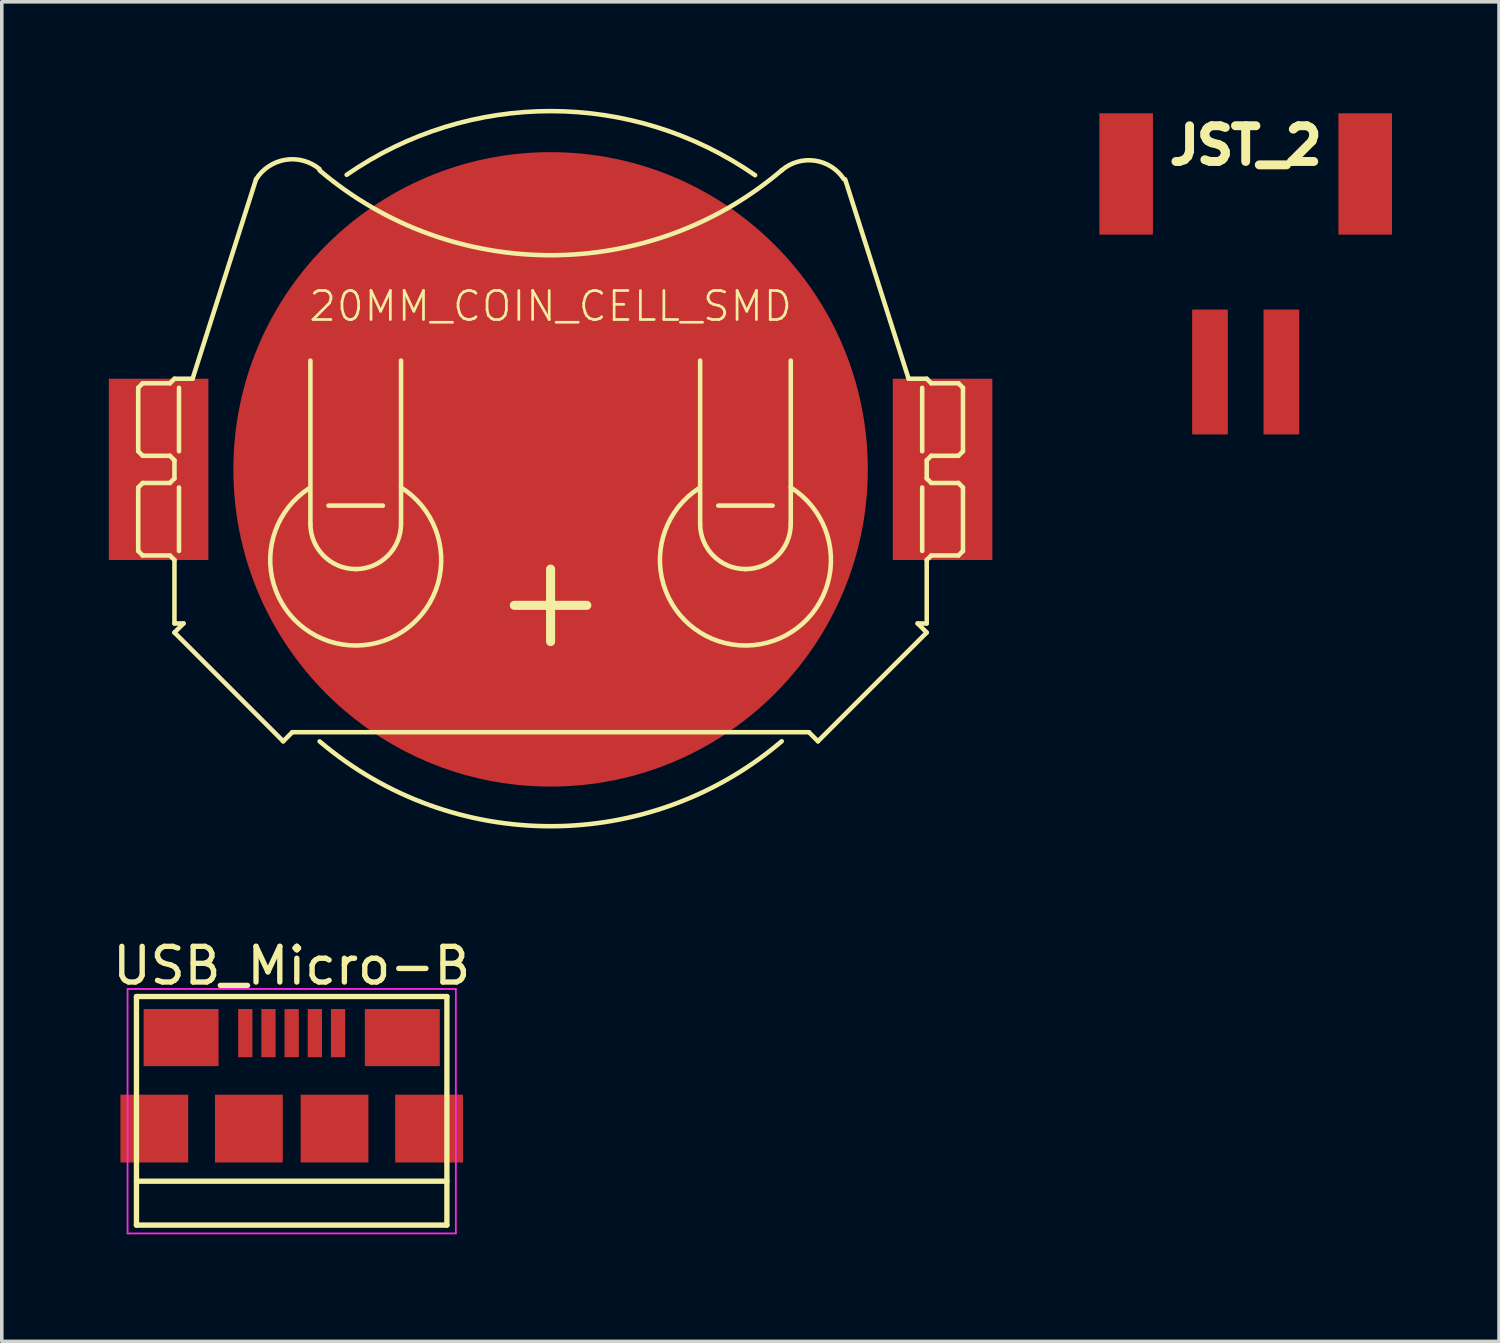
<source format=kicad_pcb>
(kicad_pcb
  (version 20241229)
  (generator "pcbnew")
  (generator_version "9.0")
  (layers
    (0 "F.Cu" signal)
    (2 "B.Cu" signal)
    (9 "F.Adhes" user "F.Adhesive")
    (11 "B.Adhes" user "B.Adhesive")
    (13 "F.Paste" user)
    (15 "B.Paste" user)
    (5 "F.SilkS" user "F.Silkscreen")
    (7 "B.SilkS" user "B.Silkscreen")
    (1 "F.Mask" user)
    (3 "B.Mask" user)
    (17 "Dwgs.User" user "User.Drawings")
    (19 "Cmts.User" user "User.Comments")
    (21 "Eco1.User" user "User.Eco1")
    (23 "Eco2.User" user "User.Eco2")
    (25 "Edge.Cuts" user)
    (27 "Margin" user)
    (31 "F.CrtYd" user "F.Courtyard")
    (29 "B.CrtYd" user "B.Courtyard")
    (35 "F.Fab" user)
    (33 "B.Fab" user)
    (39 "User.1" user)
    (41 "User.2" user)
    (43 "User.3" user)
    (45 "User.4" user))
  (footprint "JST_2"
    (layer "F.Cu")
    (at 31.86 7.375)
    (property "Reference" "JST_2" (at 0 -6.35 0) (layer "F.SilkS") (effects (font (size 1.001 1.001) (thickness 0.251))))
    (attr through_hole)
    (pad "1" smd rect (at -1 0) (size 1 3.5) (layers "F.Cu" "F.Mask" "F.Paste"))
    (pad "2" smd rect (at 1 0) (size 1 3.5) (layers "F.Cu" "F.Mask" "F.Paste"))
    (pad "M1" smd rect (at -3.35 -5.55) (size 1.5 3.4) (layers "F.Cu" "F.Mask" "F.Paste"))
    (pad "M2" smd rect (at 3.35 -5.55) (size 1.5 3.4) (layers "F.Cu" "F.Mask" "F.Paste")))
  (footprint "USB_Micro-B"
    (layer "F.Cu")
    (at 5.125 27.466)
    (property "Reference" "USB_Micro-B" (at 0 -3.45 0) (layer "F.SilkS") (effects (font (size 1 1) (thickness 0.15))))
    (attr smd)
    (fp_line (start -4.351 -2.588) (end 4.349 -2.588) (stroke (width 0.15) (type solid)) (layer "F.SilkS"))
    (fp_line (start -4.351 3.817) (end -4.351 -2.588) (stroke (width 0.15) (type solid)) (layer "F.SilkS"))
    (fp_line (start -4.351 3.817) (end 4.349 3.817) (stroke (width 0.15) (type solid)) (layer "F.SilkS"))
    (fp_line (start 4.349 -2.588) (end 4.349 3.817) (stroke (width 0.15) (type solid)) (layer "F.SilkS"))
    (fp_line (start 4.349 2.587) (end -4.351 2.587) (stroke (width 0.15) (type solid)) (layer "F.SilkS"))
    (fp_line (start -4.6 -2.8) (end 4.6 -2.8) (stroke (width 0.05) (type solid)) (layer "F.CrtYd"))
    (fp_line (start -4.6 4.05) (end -4.6 -2.8) (stroke (width 0.05) (type solid)) (layer "F.CrtYd"))
    (fp_line (start 4.6 -2.8) (end 4.6 4.05) (stroke (width 0.05) (type solid)) (layer "F.CrtYd"))
    (fp_line (start 4.6 4.05) (end -4.6 4.05) (stroke (width 0.05) (type solid)) (layer "F.CrtYd"))
    (pad "1" smd rect (at -1.301 -1.563 90) (size 1.35 0.4) (layers "F.Cu" "F.Mask" "F.Paste"))
    (pad "2" smd rect (at -0.651 -1.563 90) (size 1.35 0.4) (layers "F.Cu" "F.Mask" "F.Paste"))
    (pad "3" smd rect (at -0.001 -1.563 90) (size 1.35 0.4) (layers "F.Cu" "F.Mask" "F.Paste"))
    (pad "4" smd rect (at 0.649 -1.563 90) (size 1.35 0.4) (layers "F.Cu" "F.Mask" "F.Paste"))
    (pad "5" smd rect (at 1.299 -1.563 90) (size 1.35 0.4) (layers "F.Cu" "F.Mask" "F.Paste"))
    (pad "6" smd rect (at -3.85 1.112) (size 1.9 1.9) (layers "F.Cu" "F.Mask" "F.Paste"))
    (pad "6" smd rect (at -3.1 -1.438) (size 2.1 1.6) (layers "F.Cu" "F.Mask" "F.Paste"))
    (pad "6" smd rect (at -1.2 1.112) (size 1.9 1.9) (layers "F.Cu" "F.Mask" "F.Paste"))
    (pad "6" smd rect (at 1.2 1.112) (size 1.9 1.9) (layers "F.Cu" "F.Mask" "F.Paste"))
    (pad "6" smd rect (at 3.1 -1.438) (size 2.1 1.6) (layers "F.Cu" "F.Mask" "F.Paste"))
    (pad "6" smd rect (at 3.85 1.112) (size 1.9 1.9) (layers "F.Cu" "F.Mask" "F.Paste")))
  (footprint "20MM_COIN_CELL_SMD"
    (layer "F.Cu")
    (at 12.38 10.104)
    (property "Reference" "20MM_COIN_CELL_SMD" (at 0 -4.572 0) (layer "F.SilkS") (effects (font (size 0.813 0.813) (thickness 0.076))))
    (attr through_hole)
    (fp_line (start -11.557 -2.286) (end -11.43 -2.413) (stroke (width 0.127) (type solid)) (layer "F.SilkS"))
    (fp_line (start -11.557 -0.508) (end -11.557 -2.286) (stroke (width 0.127) (type solid)) (layer "F.SilkS"))
    (fp_line (start -11.557 0.508) (end -11.43 0.381) (stroke (width 0.127) (type solid)) (layer "F.SilkS"))
    (fp_line (start -11.557 2.286) (end -11.557 0.508) (stroke (width 0.127) (type solid)) (layer "F.SilkS"))
    (fp_line (start -11.43 -2.413) (end -10.668 -2.413) (stroke (width 0.127) (type solid)) (layer "F.SilkS"))
    (fp_line (start -11.43 -0.381) (end -11.557 -0.508) (stroke (width 0.127) (type solid)) (layer "F.SilkS"))
    (fp_line (start -11.43 0.381) (end -10.668 0.381) (stroke (width 0.127) (type solid)) (layer "F.SilkS"))
    (fp_line (start -11.43 2.413) (end -11.557 2.286) (stroke (width 0.127) (type solid)) (layer "F.SilkS"))
    (fp_line (start -10.668 -2.413) (end -10.541 -2.54) (stroke (width 0.127) (type solid)) (layer "F.SilkS"))
    (fp_line (start -10.668 -0.381) (end -11.43 -0.381) (stroke (width 0.127) (type solid)) (layer "F.SilkS"))
    (fp_line (start -10.668 0.381) (end -10.541 0.254) (stroke (width 0.127) (type solid)) (layer "F.SilkS"))
    (fp_line (start -10.668 2.413) (end -11.43 2.413) (stroke (width 0.127) (type solid)) (layer "F.SilkS"))
    (fp_line (start -10.541 -2.54) (end -10.033 -2.54) (stroke (width 0.127) (type solid)) (layer "F.SilkS"))
    (fp_line (start -10.541 -0.254) (end -10.668 -0.381) (stroke (width 0.127) (type solid)) (layer "F.SilkS"))
    (fp_line (start -10.541 -0.254) (end -10.541 0.254) (stroke (width 0.127) (type solid)) (layer "F.SilkS"))
    (fp_line (start -10.541 2.54) (end -10.668 2.413) (stroke (width 0.127) (type solid)) (layer "F.SilkS"))
    (fp_line (start -10.541 4.318) (end -10.541 2.54) (stroke (width 0.127) (type solid)) (layer "F.SilkS"))
    (fp_line (start -10.541 4.318) (end -10.287 4.318) (stroke (width 0.127) (type solid)) (layer "F.SilkS"))
    (fp_line (start -10.541 4.572) (end -10.287 4.318) (stroke (width 0.127) (type solid)) (layer "F.SilkS"))
    (fp_line (start -10.541 4.572) (end -7.493 7.62) (stroke (width 0.127) (type solid)) (layer "F.SilkS"))
    (fp_line (start -10.414 -0.508) (end -10.414 -2.286) (stroke (width 0.127) (type solid)) (layer "F.SilkS"))
    (fp_line (start -10.414 0.508) (end -10.414 2.286) (stroke (width 0.127) (type solid)) (layer "F.SilkS"))
    (fp_line (start -8.255 -8.128) (end -10.033 -2.54) (stroke (width 0.127) (type solid)) (layer "F.SilkS"))
    (fp_line (start -7.493 7.62) (end -7.239 7.366) (stroke (width 0.127) (type solid)) (layer "F.SilkS"))
    (fp_line (start -7.239 7.366) (end 7.239 7.366) (stroke (width 0.127) (type solid)) (layer "F.SilkS"))
    (fp_line (start -6.731 1.524) (end -6.731 -3.048) (stroke (width 0.127) (type solid)) (layer "F.SilkS"))
    (fp_line (start -6.223 1.016) (end -4.699 1.016) (stroke (width 0.127) (type solid)) (layer "F.SilkS"))
    (fp_line (start -4.191 1.524) (end -4.191 -3.048) (stroke (width 0.127) (type solid)) (layer "F.SilkS"))
    (fp_line (start -1.016 3.81) (end 1.016 3.81) (stroke (width 0.254) (type solid)) (layer "F.SilkS"))
    (fp_line (start 0 4.826) (end 0 2.794) (stroke (width 0.254) (type solid)) (layer "F.SilkS"))
    (fp_line (start 4.191 1.524) (end 4.191 -3.048) (stroke (width 0.127) (type solid)) (layer "F.SilkS"))
    (fp_line (start 4.699 1.016) (end 6.223 1.016) (stroke (width 0.127) (type solid)) (layer "F.SilkS"))
    (fp_line (start 6.731 1.524) (end 6.731 -3.048) (stroke (width 0.127) (type solid)) (layer "F.SilkS"))
    (fp_line (start 7.493 7.62) (end 7.239 7.366) (stroke (width 0.127) (type solid)) (layer "F.SilkS"))
    (fp_line (start 7.493 7.62) (end 10.541 4.572) (stroke (width 0.127) (type solid)) (layer "F.SilkS"))
    (fp_line (start 10.033 -2.54) (end 8.255 -8.128) (stroke (width 0.127) (type solid)) (layer "F.SilkS"))
    (fp_line (start 10.414 -2.286) (end 10.414 -0.508) (stroke (width 0.127) (type solid)) (layer "F.SilkS"))
    (fp_line (start 10.414 0.508) (end 10.414 2.286) (stroke (width 0.127) (type solid)) (layer "F.SilkS"))
    (fp_line (start 10.541 -2.54) (end 10.033 -2.54) (stroke (width 0.127) (type solid)) (layer "F.SilkS"))
    (fp_line (start 10.541 -2.54) (end 10.668 -2.413) (stroke (width 0.127) (type solid)) (layer "F.SilkS"))
    (fp_line (start 10.541 -0.254) (end 10.541 0.254) (stroke (width 0.127) (type solid)) (layer "F.SilkS"))
    (fp_line (start 10.541 0.254) (end 10.668 0.381) (stroke (width 0.127) (type solid)) (layer "F.SilkS"))
    (fp_line (start 10.541 2.54) (end 10.668 2.413) (stroke (width 0.127) (type solid)) (layer "F.SilkS"))
    (fp_line (start 10.541 4.318) (end 10.287 4.318) (stroke (width 0.127) (type solid)) (layer "F.SilkS"))
    (fp_line (start 10.541 4.318) (end 10.541 2.54) (stroke (width 0.127) (type solid)) (layer "F.SilkS"))
    (fp_line (start 10.541 4.572) (end 10.287 4.318) (stroke (width 0.127) (type solid)) (layer "F.SilkS"))
    (fp_line (start 10.668 -2.413) (end 11.43 -2.413) (stroke (width 0.127) (type solid)) (layer "F.SilkS"))
    (fp_line (start 10.668 -0.381) (end 10.541 -0.254) (stroke (width 0.127) (type solid)) (layer "F.SilkS"))
    (fp_line (start 10.668 0.381) (end 11.43 0.381) (stroke (width 0.127) (type solid)) (layer "F.SilkS"))
    (fp_line (start 10.668 2.413) (end 11.43 2.413) (stroke (width 0.127) (type solid)) (layer "F.SilkS"))
    (fp_line (start 11.43 -2.413) (end 11.557 -2.286) (stroke (width 0.127) (type solid)) (layer "F.SilkS"))
    (fp_line (start 11.43 -0.381) (end 10.668 -0.381) (stroke (width 0.127) (type solid)) (layer "F.SilkS"))
    (fp_line (start 11.43 0.381) (end 11.557 0.508) (stroke (width 0.127) (type solid)) (layer "F.SilkS"))
    (fp_line (start 11.43 2.413) (end 11.557 2.286) (stroke (width 0.127) (type solid)) (layer "F.SilkS"))
    (fp_line (start 11.557 -2.286) (end 11.557 -0.508) (stroke (width 0.127) (type solid)) (layer "F.SilkS"))
    (fp_line (start 11.557 -0.508) (end 11.43 -0.381) (stroke (width 0.127) (type solid)) (layer "F.SilkS"))
    (fp_line (start 11.557 2.286) (end 11.557 0.508) (stroke (width 0.127) (type solid)) (layer "F.SilkS"))
    (fp_arc (start -8.255 -8.128) (mid -7.431477 -8.675554) (end -6.476818 -8.417424) (stroke (width 0.127) (type solid)) (layer "F.SilkS"))
    (fp_arc (start -5.715 -8.255) (mid 0.009611 -10.040227) (end 5.730794 -8.244043) (stroke (width 0.127) (type solid)) (layer "F.SilkS"))
    (fp_arc (start -5.461 2.794) (mid -6.359026 2.422026) (end -6.731 1.524) (stroke (width 0.127) (type solid)) (layer "F.SilkS"))
    (fp_arc (start -4.191 0.508) (mid -5.440314 4.936142) (end -6.765892 0.530229) (stroke (width 0.127) (type solid)) (layer "F.SilkS"))
    (fp_arc (start -4.191 1.524) (mid -4.562974 2.422026) (end -5.461 2.794) (stroke (width 0.127) (type solid)) (layer "F.SilkS"))
    (fp_arc (start 5.461 2.794) (mid 4.562974 2.422026) (end 4.191 1.524) (stroke (width 0.127) (type solid)) (layer "F.SilkS"))
    (fp_arc (start 6.477 -8.382) (mid 0.002537 -6.001204) (end -6.473133 -8.378714) (stroke (width 0.127) (type solid)) (layer "F.SilkS"))
    (fp_arc (start 6.477 -8.382) (mid 7.404964 -8.65206) (end 8.219855 -8.132443) (stroke (width 0.127) (type solid)) (layer "F.SilkS"))
    (fp_arc (start 6.477 7.62) (mid 0.002537 10.000796) (end -6.473133 7.623286) (stroke (width 0.127) (type solid)) (layer "F.SilkS"))
    (fp_arc (start 6.731 0.508) (mid 5.481686 4.936142) (end 4.156108 0.530229) (stroke (width 0.127) (type solid)) (layer "F.SilkS"))
    (fp_arc (start 6.731 1.524) (mid 6.359026 2.422026) (end 5.461 2.794) (stroke (width 0.127) (type solid)) (layer "F.SilkS"))
    (pad "1" smd rect (at -10.985 0) (size 2.79 5.08) (layers "F.Cu" "F.Mask" "F.Paste"))
    (pad "1" smd rect (at 10.985 0) (size 2.79 5.08) (layers "F.Cu" "F.Mask" "F.Paste"))
    (pad "2" smd circle (at 0 0) (size 17.78 17.78) (layers "F.Cu" "F.Mask" "F.Paste")))
  (gr_rect
    (start -3 -3)
    (end 38.96 34.541)
    (stroke (width 0.1) (type default))
    (fill no)
    (layer "Edge.Cuts")))
</source>
